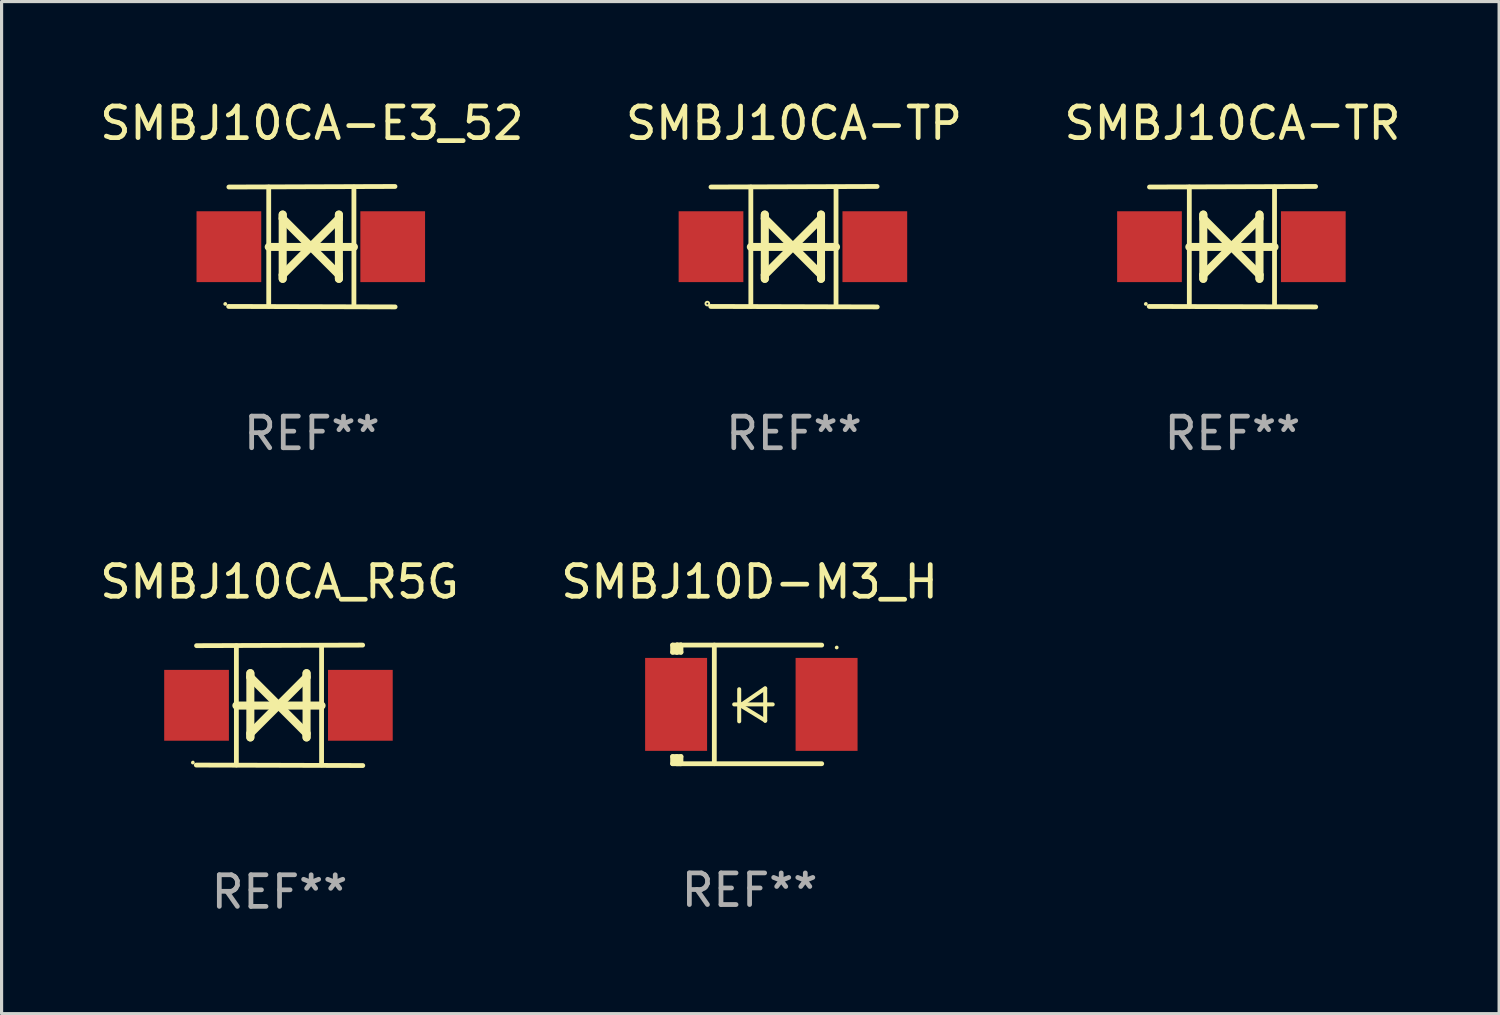
<source format=kicad_pcb>
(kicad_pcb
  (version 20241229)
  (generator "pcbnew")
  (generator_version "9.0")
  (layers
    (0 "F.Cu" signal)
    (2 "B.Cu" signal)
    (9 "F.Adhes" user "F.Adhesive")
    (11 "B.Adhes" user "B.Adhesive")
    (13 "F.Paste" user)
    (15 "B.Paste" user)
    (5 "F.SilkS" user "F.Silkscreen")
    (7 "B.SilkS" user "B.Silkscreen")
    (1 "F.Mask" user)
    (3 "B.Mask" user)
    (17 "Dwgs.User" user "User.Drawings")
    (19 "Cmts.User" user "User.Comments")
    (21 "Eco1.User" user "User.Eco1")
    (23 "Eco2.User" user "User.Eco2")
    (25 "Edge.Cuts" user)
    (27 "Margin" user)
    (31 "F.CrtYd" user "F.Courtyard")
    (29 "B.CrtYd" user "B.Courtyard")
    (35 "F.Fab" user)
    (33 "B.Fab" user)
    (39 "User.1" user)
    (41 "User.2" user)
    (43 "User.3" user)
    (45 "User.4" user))
  (footprint "SMBJ10CA-E3_52"
    (layer "F.Cu")
    (at 6.815 4.753)
    (property "Reference" "SMBJ10CA-E3_52" (at 0 -3.905 0) (layer "F.SilkS") (effects (font (size 1 1) (thickness 0.15))))
    (attr through_hole)
    (fp_line (start -1.365 1.886) (end -1.365 -1.886) (stroke (width 0.152) (type solid)) (layer "F.SilkS"))
    (fp_line (start -1.365 0.008) (end 1.33 0.008) (stroke (width 0.254) (type solid)) (layer "F.SilkS"))
    (fp_line (start -0.923 -1.016) (end -0.923 1.016) (stroke (width 0.254) (type solid)) (layer "F.SilkS"))
    (fp_line (start -0.923 -0.889) (end -0.923 -1.016) (stroke (width 0.254) (type solid)) (layer "F.SilkS"))
    (fp_line (start -0.923 0.889) (end -0.034 0) (stroke (width 0.254) (type solid)) (layer "F.SilkS"))
    (fp_line (start -0.923 1.016) (end -0.923 0.889) (stroke (width 0.254) (type solid)) (layer "F.SilkS"))
    (fp_line (start -0.034 0) (end -0.923 -0.889) (stroke (width 0.254) (type solid)) (layer "F.SilkS"))
    (fp_line (start -0.034 0) (end 0.855 0.889) (stroke (width 0.254) (type solid)) (layer "F.SilkS"))
    (fp_line (start 0.855 -1.016) (end 0.855 -0.889) (stroke (width 0.254) (type solid)) (layer "F.SilkS"))
    (fp_line (start 0.855 -0.889) (end -0.034 0) (stroke (width 0.254) (type solid)) (layer "F.SilkS"))
    (fp_line (start 0.855 0.889) (end 0.855 1.016) (stroke (width 0.254) (type solid)) (layer "F.SilkS"))
    (fp_line (start 0.855 1.016) (end 0.855 -1.016) (stroke (width 0.254) (type solid)) (layer "F.SilkS"))
    (fp_line (start 1.33 1.886) (end 1.33 -1.886) (stroke (width 0.152) (type solid)) (layer "F.SilkS"))
    (fp_line (start 2.629 -1.905) (end -2.625 -1.887) (stroke (width 0.152) (type solid)) (layer "F.SilkS"))
    (fp_line (start 2.633 1.905) (end -2.633 1.89) (stroke (width 0.152) (type solid)) (layer "F.SilkS"))
    (fp_circle (center -2.741 1.81) (end -2.711 1.81) (stroke (width 0.06) (type solid)) (fill no) (layer "F.SilkS"))
    (fp_text user "REF**" (at 0 5.905 0) (layer "F.Fab") (effects (font (size 1 1) (thickness 0.15))))
    (pad "1" smd rect (at -2.625 0) (size 2.047 2.241) (layers "F.Cu" "F.Mask" "F.Paste"))
    (pad "2" smd rect (at 2.557 0) (size 2.047 2.241) (layers "F.Cu" "F.Mask" "F.Paste")))
  (footprint "SMBJ10CA-TP"
    (layer "F.Cu")
    (at 22.065 4.753)
    (property "Reference" "SMBJ10CA-TP" (at 0 -3.905 0) (layer "F.SilkS") (effects (font (size 1 1) (thickness 0.15))))
    (attr through_hole)
    (fp_line (start -1.365 1.886) (end -1.365 -1.886) (stroke (width 0.152) (type solid)) (layer "F.SilkS"))
    (fp_line (start -1.365 0.008) (end 1.33 0.008) (stroke (width 0.254) (type solid)) (layer "F.SilkS"))
    (fp_line (start -0.923 -1.016) (end -0.923 1.016) (stroke (width 0.254) (type solid)) (layer "F.SilkS"))
    (fp_line (start -0.923 -0.889) (end -0.923 -1.016) (stroke (width 0.254) (type solid)) (layer "F.SilkS"))
    (fp_line (start -0.923 0.889) (end -0.034 0) (stroke (width 0.254) (type solid)) (layer "F.SilkS"))
    (fp_line (start -0.923 1.016) (end -0.923 0.889) (stroke (width 0.254) (type solid)) (layer "F.SilkS"))
    (fp_line (start -0.034 0) (end -0.923 -0.889) (stroke (width 0.254) (type solid)) (layer "F.SilkS"))
    (fp_line (start -0.034 0) (end 0.855 0.889) (stroke (width 0.254) (type solid)) (layer "F.SilkS"))
    (fp_line (start 0.855 -1.016) (end 0.855 -0.889) (stroke (width 0.254) (type solid)) (layer "F.SilkS"))
    (fp_line (start 0.855 -0.889) (end -0.034 0) (stroke (width 0.254) (type solid)) (layer "F.SilkS"))
    (fp_line (start 0.855 0.889) (end 0.855 1.016) (stroke (width 0.254) (type solid)) (layer "F.SilkS"))
    (fp_line (start 0.855 1.016) (end 0.855 -1.016) (stroke (width 0.254) (type solid)) (layer "F.SilkS"))
    (fp_line (start 1.33 1.886) (end 1.33 -1.886) (stroke (width 0.152) (type solid)) (layer "F.SilkS"))
    (fp_line (start 2.629 -1.905) (end -2.625 -1.887) (stroke (width 0.152) (type solid)) (layer "F.SilkS"))
    (fp_line (start 2.633 1.905) (end -2.633 1.89) (stroke (width 0.152) (type solid)) (layer "F.SilkS"))
    (fp_circle (center -2.741 1.8) (end -2.712 1.8) (stroke (width 0.06) (type solid)) (fill no) (layer "F.SilkS"))
    (fp_text user "REF**" (at 0 5.905 0) (layer "F.Fab") (effects (font (size 1 1) (thickness 0.15))))
    (pad "1" smd rect (at -2.625 0) (size 2.047 2.241) (layers "F.Cu" "F.Mask" "F.Paste"))
    (pad "2" smd rect (at 2.557 0) (size 2.047 2.241) (layers "F.Cu" "F.Mask" "F.Paste")))
  (footprint "SMBJ10D-M3_H"
    (layer "F.Cu")
    (at 20.661 19.231)
    (property "Reference" "SMBJ10D-M3_H" (at 0 -3.876 0) (layer "F.SilkS") (effects (font (size 1 1) (thickness 0.15))))
    (attr through_hole)
    (fp_line (start -2.435 1.65) (end -2.171 1.65) (stroke (width 0.152) (type solid)) (layer "F.SilkS"))
    (fp_line (start -2.435 1.876) (end -2.435 1.65) (stroke (width 0.152) (type solid)) (layer "F.SilkS"))
    (fp_line (start -2.435 -1.876) (end -2.171 -1.876) (stroke (width 0.152) (type solid)) (layer "F.SilkS"))
    (fp_line (start -2.435 -1.65) (end -2.435 -1.876) (stroke (width 0.152) (type solid)) (layer "F.SilkS"))
    (fp_line (start -2.305 -1.866) (end -2.295 -1.876) (stroke (width 0.152) (type solid)) (layer "F.SilkS"))
    (fp_line (start -2.305 -1.65) (end -2.305 -1.866) (stroke (width 0.152) (type solid)) (layer "F.SilkS"))
    (fp_line (start -2.305 1.876) (end -2.305 1.65) (stroke (width 0.152) (type solid)) (layer "F.SilkS"))
    (fp_line (start -2.295 -1.876) (end -2.295 -1.65) (stroke (width 0.152) (type solid)) (layer "F.SilkS"))
    (fp_line (start -2.171 1.876) (end -2.435 1.876) (stroke (width 0.152) (type solid)) (layer "F.SilkS"))
    (fp_line (start -2.171 -1.65) (end -2.435 -1.65) (stroke (width 0.152) (type solid)) (layer "F.SilkS"))
    (fp_line (start -2.171 -1.876) (end -2.295 -1.876) (stroke (width 0.152) (type solid)) (layer "F.SilkS"))
    (fp_line (start -2.171 -1.65) (end -2.171 -1.876) (stroke (width 0.152) (type solid)) (layer "F.SilkS"))
    (fp_line (start -2.171 1.876) (end -2.305 1.876) (stroke (width 0.152) (type solid)) (layer "F.SilkS"))
    (fp_line (start -2.171 1.876) (end -2.171 1.65) (stroke (width 0.152) (type solid)) (layer "F.SilkS"))
    (fp_line (start -1.116 1.876) (end -1.116 -1.876) (stroke (width 0.152) (type solid)) (layer "F.SilkS"))
    (fp_line (start -0.488 0.000102) (end 0.731 0.000102) (stroke (width 0.127) (type solid)) (layer "F.SilkS"))
    (fp_line (start -0.329 -0.48) (end -0.329 0.536) (stroke (width 0.127) (type solid)) (layer "F.SilkS"))
    (fp_line (start -0.29 0.03) (end 0.493 0.51) (stroke (width 0.127) (type solid)) (layer "F.SilkS"))
    (fp_line (start 0.493 -0.51) (end -0.29 0.03) (stroke (width 0.127) (type solid)) (layer "F.SilkS"))
    (fp_line (start 0.493 0.52) (end 0.493 -0.496) (stroke (width 0.127) (type solid)) (layer "F.SilkS"))
    (fp_line (start 2.281 -1.876) (end -2.171 -1.876) (stroke (width 0.152) (type solid)) (layer "F.SilkS"))
    (fp_line (start 2.281 1.876) (end -2.171 1.876) (stroke (width 0.152) (type solid)) (layer "F.SilkS"))
    (fp_circle (center 2.755 -1.8) (end 2.785 -1.8) (stroke (width 0.06) (type solid)) (fill no) (layer "F.SilkS"))
    (fp_text user "REF**" (at 0 5.876 0) (layer "F.Fab") (effects (font (size 1 1) (thickness 0.15))))
    (pad "1" smd rect (at 2.435 -0.000025 180) (size 1.96 2.94) (layers "F.Cu" "F.Mask" "F.Paste"))
    (pad "2" smd rect (at -2.325 -0.000025 180) (size 1.96 2.94) (layers "F.Cu" "F.Mask" "F.Paste")))
  (footprint "SMBJ10CA_R5G"
    (layer "F.Cu")
    (at 5.792 19.26)
    (property "Reference" "SMBJ10CA_R5G" (at 0 -3.905 0) (layer "F.SilkS") (effects (font (size 1 1) (thickness 0.15))))
    (attr through_hole)
    (fp_line (start -1.365 1.886) (end -1.365 -1.886) (stroke (width 0.152) (type solid)) (layer "F.SilkS"))
    (fp_line (start -1.365 0.008) (end 1.33 0.008) (stroke (width 0.254) (type solid)) (layer "F.SilkS"))
    (fp_line (start -0.923 -1.016) (end -0.923 1.016) (stroke (width 0.254) (type solid)) (layer "F.SilkS"))
    (fp_line (start -0.923 -0.889) (end -0.923 -1.016) (stroke (width 0.254) (type solid)) (layer "F.SilkS"))
    (fp_line (start -0.923 0.889) (end -0.034 0) (stroke (width 0.254) (type solid)) (layer "F.SilkS"))
    (fp_line (start -0.923 1.016) (end -0.923 0.889) (stroke (width 0.254) (type solid)) (layer "F.SilkS"))
    (fp_line (start -0.034 0) (end -0.923 -0.889) (stroke (width 0.254) (type solid)) (layer "F.SilkS"))
    (fp_line (start -0.034 0) (end 0.855 0.889) (stroke (width 0.254) (type solid)) (layer "F.SilkS"))
    (fp_line (start 0.855 -1.016) (end 0.855 -0.889) (stroke (width 0.254) (type solid)) (layer "F.SilkS"))
    (fp_line (start 0.855 -0.889) (end -0.034 0) (stroke (width 0.254) (type solid)) (layer "F.SilkS"))
    (fp_line (start 0.855 0.889) (end 0.855 1.016) (stroke (width 0.254) (type solid)) (layer "F.SilkS"))
    (fp_line (start 0.855 1.016) (end 0.855 -1.016) (stroke (width 0.254) (type solid)) (layer "F.SilkS"))
    (fp_line (start 1.33 1.886) (end 1.33 -1.886) (stroke (width 0.152) (type solid)) (layer "F.SilkS"))
    (fp_line (start 2.629 -1.905) (end -2.625 -1.887) (stroke (width 0.152) (type solid)) (layer "F.SilkS"))
    (fp_line (start 2.633 1.905) (end -2.633 1.89) (stroke (width 0.152) (type solid)) (layer "F.SilkS"))
    (fp_circle (center -2.741 1.81) (end -2.711 1.81) (stroke (width 0.06) (type solid)) (fill no) (layer "F.SilkS"))
    (fp_text user "REF**" (at 0 5.905 0) (layer "F.Fab") (effects (font (size 1 1) (thickness 0.15))))
    (pad "1" smd rect (at -2.625 0) (size 2.047 2.241) (layers "F.Cu" "F.Mask" "F.Paste"))
    (pad "2" smd rect (at 2.557 0) (size 2.047 2.241) (layers "F.Cu" "F.Mask" "F.Paste")))
  (footprint "SMBJ10CA-TR"
    (layer "F.Cu")
    (at 35.935 4.753)
    (property "Reference" "SMBJ10CA-TR" (at 0 -3.905 0) (layer "F.SilkS") (effects (font (size 1 1) (thickness 0.15))))
    (attr through_hole)
    (fp_line (start -1.365 1.886) (end -1.365 -1.886) (stroke (width 0.152) (type solid)) (layer "F.SilkS"))
    (fp_line (start -1.365 0.008) (end 1.33 0.008) (stroke (width 0.254) (type solid)) (layer "F.SilkS"))
    (fp_line (start -0.923 -1.016) (end -0.923 1.016) (stroke (width 0.254) (type solid)) (layer "F.SilkS"))
    (fp_line (start -0.923 -0.889) (end -0.923 -1.016) (stroke (width 0.254) (type solid)) (layer "F.SilkS"))
    (fp_line (start -0.923 0.889) (end -0.034 0) (stroke (width 0.254) (type solid)) (layer "F.SilkS"))
    (fp_line (start -0.923 1.016) (end -0.923 0.889) (stroke (width 0.254) (type solid)) (layer "F.SilkS"))
    (fp_line (start -0.034 0) (end -0.923 -0.889) (stroke (width 0.254) (type solid)) (layer "F.SilkS"))
    (fp_line (start -0.034 0) (end 0.855 0.889) (stroke (width 0.254) (type solid)) (layer "F.SilkS"))
    (fp_line (start 0.855 -1.016) (end 0.855 -0.889) (stroke (width 0.254) (type solid)) (layer "F.SilkS"))
    (fp_line (start 0.855 -0.889) (end -0.034 0) (stroke (width 0.254) (type solid)) (layer "F.SilkS"))
    (fp_line (start 0.855 0.889) (end 0.855 1.016) (stroke (width 0.254) (type solid)) (layer "F.SilkS"))
    (fp_line (start 0.855 1.016) (end 0.855 -1.016) (stroke (width 0.254) (type solid)) (layer "F.SilkS"))
    (fp_line (start 1.33 1.886) (end 1.33 -1.886) (stroke (width 0.152) (type solid)) (layer "F.SilkS"))
    (fp_line (start 2.629 -1.905) (end -2.625 -1.887) (stroke (width 0.152) (type solid)) (layer "F.SilkS"))
    (fp_line (start 2.633 1.905) (end -2.633 1.89) (stroke (width 0.152) (type solid)) (layer "F.SilkS"))
    (fp_circle (center -2.741 1.81) (end -2.711 1.81) (stroke (width 0.06) (type solid)) (fill no) (layer "F.SilkS"))
    (fp_text user "REF**" (at 0 5.905 0) (layer "F.Fab") (effects (font (size 1 1) (thickness 0.15))))
    (pad "1" smd rect (at -2.625 0) (size 2.047 2.241) (layers "F.Cu" "F.Mask" "F.Paste"))
    (pad "2" smd rect (at 2.557 0) (size 2.047 2.241) (layers "F.Cu" "F.Mask" "F.Paste")))
  (gr_rect
    (start -3 -3)
    (end 44.369 29.013)
    (stroke (width 0.1) (type default))
    (fill no)
    (layer "Edge.Cuts")))
</source>
